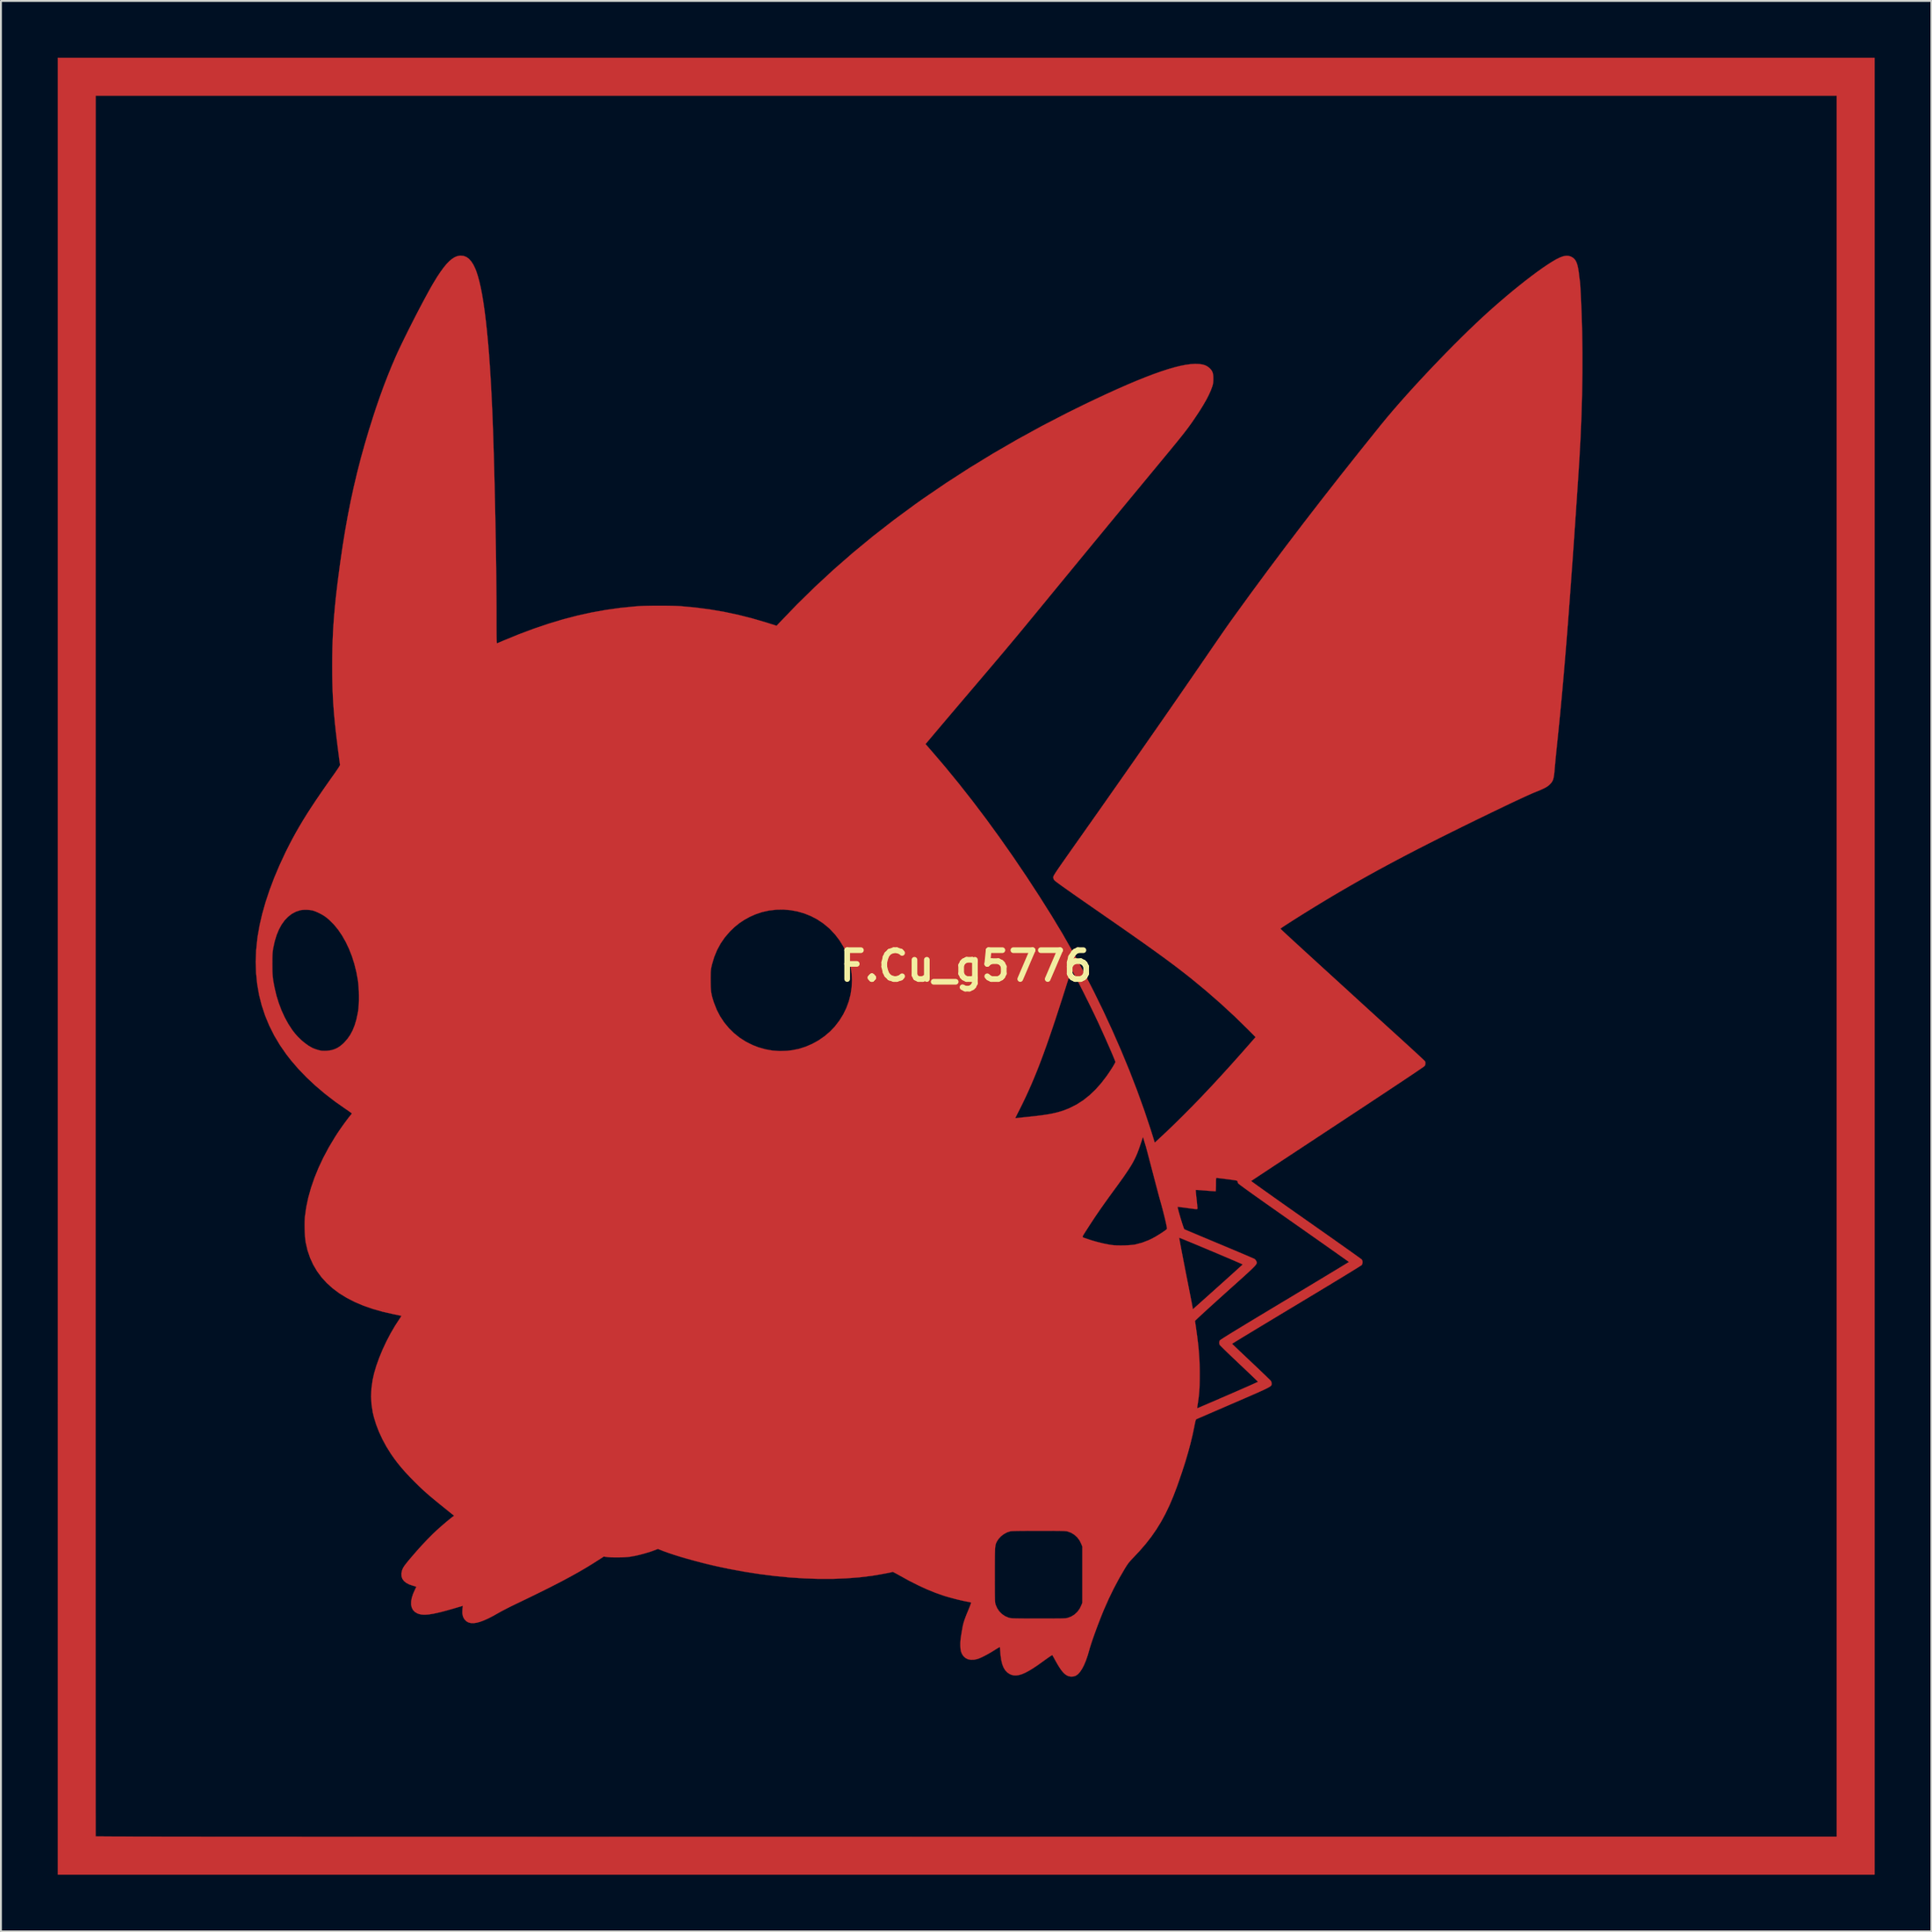
<source format=kicad_pcb>
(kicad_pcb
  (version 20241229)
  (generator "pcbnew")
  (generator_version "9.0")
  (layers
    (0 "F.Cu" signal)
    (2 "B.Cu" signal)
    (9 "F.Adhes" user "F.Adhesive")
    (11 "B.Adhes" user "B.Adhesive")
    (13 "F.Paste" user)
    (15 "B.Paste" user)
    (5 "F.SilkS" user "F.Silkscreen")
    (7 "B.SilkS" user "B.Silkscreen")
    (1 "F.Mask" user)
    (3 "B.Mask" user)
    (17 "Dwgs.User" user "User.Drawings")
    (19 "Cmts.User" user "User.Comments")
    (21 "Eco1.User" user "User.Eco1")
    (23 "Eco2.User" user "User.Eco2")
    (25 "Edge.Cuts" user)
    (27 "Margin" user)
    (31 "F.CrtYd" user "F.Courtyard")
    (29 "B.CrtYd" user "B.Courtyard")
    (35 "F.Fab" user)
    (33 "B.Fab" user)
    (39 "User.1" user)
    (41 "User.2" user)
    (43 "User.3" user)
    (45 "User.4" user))
  (footprint "F.Cu_g5776"
    (layer "F.Cu")
    (at 47.99 47.99)
    (property "Reference" "F.Cu_g5776" (at 0 0 0) (layer "F.SilkS") (effects (font (size 1.524 1.524) (thickness 0.3))))
    (attr through_hole)
    (fp_poly (pts (xy 48.006 48.006) (xy -47.985 48.006) (xy -47.985 21.952) (xy -45.991 21.952) (xy -45.991 23.095) (xy -45.991 24.218) (xy -45.991 25.321) (xy -45.991 26.401) (xy -45.991 27.46) (xy -45.991 28.495) (xy -45.991 29.508) (xy -45.991 30.496) (xy -45.991 31.46) (xy -45.991 32.399) (xy -45.991 33.311) (xy -45.991 34.198) (xy -45.991 35.057) (xy -45.99 35.889) (xy -45.99 36.692) (xy -45.99 37.467) (xy -45.99 38.212) (xy -45.99 38.927) (xy -45.99 39.611) (xy -45.99 40.264) (xy -45.989 40.886) (xy -45.989 41.474) (xy -45.989 42.03) (xy -45.989 42.552) (xy -45.989 43.039) (xy -45.988 43.492) (xy -45.988 43.909) (xy -45.988 44.289) (xy -45.988 44.633) (xy -45.987 44.94) (xy -45.987 45.209) (xy -45.987 45.439) (xy -45.987 45.63) (xy -45.986 45.781) (xy -45.986 45.892) (xy -45.986 45.961) (xy -45.985 45.989) (xy -45.985 45.99) (xy -45.978 45.991) (xy -45.956 45.992) (xy -45.919 45.993) (xy -45.866 45.994) (xy -45.797 45.995) (xy -45.712 45.996) (xy -45.611 45.996) (xy -45.492 45.997) (xy -45.355 45.998) (xy -45.2 45.999) (xy -45.026 46) (xy -44.833 46) (xy -44.621 46.001) (xy -44.389 46.002) (xy -44.136 46.002) (xy -43.862 46.003) (xy -43.567 46.004) (xy -43.251 46.004) (xy -42.912 46.005) (xy -42.55 46.005) (xy -42.165 46.006) (xy -41.756 46.006) (xy -41.324 46.007) (xy -40.867 46.007) (xy -40.385 46.008) (xy -39.877 46.008) (xy -39.344 46.009) (xy -38.785 46.009) (xy -38.198 46.009) (xy -37.585 46.01) (xy -36.943 46.01) (xy -36.274 46.01) (xy -35.576 46.01) (xy -34.849 46.011) (xy -34.093 46.011) (xy -33.306 46.011) (xy -32.49 46.011) (xy -31.642 46.012) (xy -30.763 46.012) (xy -29.853 46.012) (xy -28.91 46.012) (xy -27.935 46.012) (xy -26.926 46.012) (xy -25.884 46.012) (xy -24.808 46.012) (xy -23.698 46.012) (xy -22.553 46.013) (xy -21.372 46.013) (xy -20.156 46.013) (xy -18.903 46.013) (xy -17.614 46.012) (xy -16.287 46.012) (xy -14.923 46.012) (xy -13.521 46.012) (xy -12.081 46.012) (xy -10.601 46.012) (xy -9.082 46.012) (xy -7.523 46.012) (xy -5.924 46.012) (xy -4.284 46.012) (xy -2.603 46.011) (xy -0.881 46.011) (xy 0.015 46.011) (xy 46.006 46.006) (xy 46.006 -45.985) (xy -45.985 -45.985) (xy -45.99 -0.011) (xy -45.99 1.386) (xy -45.99 2.772) (xy -45.99 4.147) (xy -45.991 5.512) (xy -45.991 6.864) (xy -45.991 8.204) (xy -45.991 9.531) (xy -45.991 10.845) (xy -45.991 12.144) (xy -45.991 13.428) (xy -45.991 14.697) (xy -45.991 15.95) (xy -45.991 17.186) (xy -45.991 18.405) (xy -45.991 19.606) (xy -45.991 20.788) (xy -45.991 21.952) (xy -47.985 21.952) (xy -47.985 -47.985) (xy 48.006 -47.985) (xy 48.006 48.006)) (stroke (width 0.01) (type solid)) (fill yes) (layer "F.Cu"))
    (fp_poly (pts (xy -26.539 -37.516) (xy -26.397 -37.46) (xy -26.265 -37.366) (xy -26.144 -37.233) (xy -26.032 -37.06) (xy -25.929 -36.846) (xy -25.876 -36.715) (xy -25.794 -36.465) (xy -25.714 -36.174) (xy -25.638 -35.84) (xy -25.566 -35.465) (xy -25.497 -35.048) (xy -25.431 -34.588) (xy -25.369 -34.087) (xy -25.311 -33.545) (xy -25.256 -32.961) (xy -25.204 -32.335) (xy -25.157 -31.668) (xy -25.112 -30.959) (xy -25.072 -30.209) (xy -25.034 -29.418) (xy -25.009 -28.808) (xy -24.992 -28.343) (xy -24.975 -27.841) (xy -24.958 -27.307) (xy -24.942 -26.746) (xy -24.926 -26.161) (xy -24.911 -25.557) (xy -24.897 -24.94) (xy -24.883 -24.313) (xy -24.87 -23.682) (xy -24.858 -23.051) (xy -24.847 -22.424) (xy -24.837 -21.807) (xy -24.829 -21.204) (xy -24.821 -20.619) (xy -24.816 -20.058) (xy -24.811 -19.524) (xy -24.808 -19.023) (xy -24.807 -18.559) (xy -24.807 -18.503) (xy -24.807 -18.208) (xy -24.807 -17.953) (xy -24.806 -17.735) (xy -24.805 -17.552) (xy -24.803 -17.402) (xy -24.801 -17.282) (xy -24.798 -17.189) (xy -24.795 -17.122) (xy -24.791 -17.077) (xy -24.787 -17.052) (xy -24.781 -17.045) (xy -24.781 -17.045) (xy -24.753 -17.057) (xy -24.694 -17.082) (xy -24.61 -17.118) (xy -24.509 -17.161) (xy -24.448 -17.187) (xy -23.634 -17.521) (xy -22.839 -17.819) (xy -22.059 -18.083) (xy -21.292 -18.314) (xy -20.532 -18.512) (xy -19.778 -18.678) (xy -19.025 -18.814) (xy -18.27 -18.919) (xy -17.51 -18.995) (xy -17.304 -19.011) (xy -17.161 -19.019) (xy -16.985 -19.026) (xy -16.782 -19.03) (xy -16.559 -19.034) (xy -16.326 -19.035) (xy -16.088 -19.035) (xy -15.854 -19.034) (xy -15.63 -19.031) (xy -15.426 -19.026) (xy -15.247 -19.02) (xy -15.102 -19.012) (xy -15.081 -19.011) (xy -14.305 -18.94) (xy -13.548 -18.842) (xy -12.802 -18.715) (xy -12.06 -18.559) (xy -11.314 -18.371) (xy -10.554 -18.149) (xy -10.3 -18.068) (xy -10.006 -17.974) (xy -9.845 -18.146) (xy -8.935 -19.093) (xy -7.987 -20.022) (xy -7.003 -20.933) (xy -5.981 -21.825) (xy -4.924 -22.697) (xy -3.831 -23.548) (xy -2.703 -24.379) (xy -2.242 -24.706) (xy -1.055 -25.515) (xy 0.166 -26.304) (xy 1.419 -27.07) (xy 2.7 -27.812) (xy 4.007 -28.529) (xy 5.337 -29.217) (xy 6.212 -29.649) (xy 6.841 -29.95) (xy 7.434 -30.227) (xy 7.994 -30.481) (xy 8.521 -30.713) (xy 9.015 -30.921) (xy 9.477 -31.107) (xy 9.907 -31.271) (xy 10.307 -31.413) (xy 10.676 -31.533) (xy 11.016 -31.631) (xy 11.327 -31.708) (xy 11.61 -31.764) (xy 11.865 -31.799) (xy 12.093 -31.813) (xy 12.133 -31.813) (xy 12.337 -31.805) (xy 12.508 -31.779) (xy 12.652 -31.733) (xy 12.777 -31.664) (xy 12.884 -31.576) (xy 12.96 -31.492) (xy 13.013 -31.404) (xy 13.047 -31.305) (xy 13.065 -31.183) (xy 13.069 -31.03) (xy 13.067 -30.911) (xy 13.06 -30.82) (xy 13.047 -30.74) (xy 13.024 -30.656) (xy 13.009 -30.607) (xy 12.931 -30.399) (xy 12.829 -30.172) (xy 12.701 -29.923) (xy 12.545 -29.652) (xy 12.362 -29.355) (xy 12.167 -29.058) (xy 12.079 -28.927) (xy 11.995 -28.805) (xy 11.914 -28.688) (xy 11.832 -28.573) (xy 11.748 -28.458) (xy 11.66 -28.34) (xy 11.563 -28.214) (xy 11.458 -28.079) (xy 11.34 -27.931) (xy 11.207 -27.766) (xy 11.058 -27.583) (xy 10.89 -27.378) (xy 10.701 -27.148) (xy 10.487 -26.89) (xy 10.393 -26.776) (xy 9.454 -25.641) (xy 8.535 -24.53) (xy 7.628 -23.431) (xy 6.726 -22.337) (xy 5.822 -21.238) (xy 4.907 -20.125) (xy 4.424 -19.537) (xy 4.145 -19.196) (xy 3.888 -18.884) (xy 3.653 -18.597) (xy 3.434 -18.332) (xy 3.231 -18.085) (xy 3.04 -17.854) (xy 2.859 -17.635) (xy 2.684 -17.424) (xy 2.513 -17.219) (xy 2.343 -17.016) (xy 2.172 -16.812) (xy 1.997 -16.603) (xy 1.815 -16.387) (xy 1.623 -16.16) (xy 1.418 -15.918) (xy 1.199 -15.66) (xy 0.961 -15.38) (xy 0.703 -15.076) (xy 0.421 -14.745) (xy 0.275 -14.573) (xy 0.075 -14.338) (xy -0.129 -14.098) (xy -0.334 -13.857) (xy -0.536 -13.619) (xy -0.732 -13.389) (xy -0.919 -13.168) (xy -1.093 -12.963) (xy -1.251 -12.776) (xy -1.391 -12.611) (xy -1.508 -12.473) (xy -1.562 -12.408) (xy -2.138 -11.725) (xy -1.847 -11.392) (xy -1.121 -10.544) (xy -0.394 -9.657) (xy 0.333 -8.733) (xy 1.058 -7.775) (xy 1.778 -6.785) (xy 2.492 -5.767) (xy 3.198 -4.723) (xy 3.894 -3.656) (xy 4.53 -2.646) (xy 5.105 -1.692) (xy 5.666 -0.709) (xy 6.211 0.297) (xy 6.739 1.322) (xy 7.247 2.36) (xy 7.732 3.408) (xy 8.193 4.46) (xy 8.628 5.512) (xy 9.033 6.559) (xy 9.408 7.596) (xy 9.75 8.618) (xy 9.907 9.119) (xy 9.973 9.337) (xy 10.083 9.236) (xy 10.545 8.806) (xy 11.011 8.359) (xy 11.483 7.894) (xy 11.964 7.409) (xy 12.454 6.902) (xy 12.958 6.369) (xy 13.475 5.809) (xy 14.01 5.22) (xy 14.563 4.6) (xy 15.025 4.075) (xy 15.302 3.757) (xy 14.906 3.359) (xy 14.192 2.661) (xy 13.447 1.974) (xy 12.682 1.307) (xy 11.917 0.675) (xy 11.71 0.511) (xy 11.498 0.345) (xy 11.278 0.175) (xy 11.049 0.000429) (xy 10.807 -0.181) (xy 10.552 -0.37) (xy 10.28 -0.569) (xy 9.989 -0.779) (xy 9.678 -1.002) (xy 9.344 -1.24) (xy 8.985 -1.493) (xy 8.599 -1.764) (xy 8.183 -2.055) (xy 7.736 -2.366) (xy 7.408 -2.593) (xy 7.035 -2.852) (xy 6.695 -3.088) (xy 6.387 -3.302) (xy 6.109 -3.495) (xy 5.861 -3.668) (xy 5.641 -3.822) (xy 5.448 -3.958) (xy 5.28 -4.077) (xy 5.136 -4.179) (xy 5.014 -4.266) (xy 4.913 -4.34) (xy 4.832 -4.4) (xy 4.769 -4.447) (xy 4.724 -4.484) (xy 4.693 -4.51) (xy 4.683 -4.52) (xy 4.637 -4.577) (xy 4.618 -4.633) (xy 4.614 -4.686) (xy 4.615 -4.702) (xy 4.618 -4.72) (xy 4.625 -4.742) (xy 4.638 -4.769) (xy 4.657 -4.805) (xy 4.684 -4.85) (xy 4.72 -4.908) (xy 4.766 -4.979) (xy 4.825 -5.067) (xy 4.897 -5.173) (xy 4.984 -5.298) (xy 5.087 -5.446) (xy 5.208 -5.618) (xy 5.347 -5.817) (xy 5.506 -6.043) (xy 5.687 -6.3) (xy 5.891 -6.589) (xy 5.919 -6.628) (xy 6.554 -7.529) (xy 7.182 -8.42) (xy 7.8 -9.301) (xy 8.408 -10.168) (xy 9.003 -11.019) (xy 9.584 -11.853) (xy 10.15 -12.665) (xy 10.698 -13.454) (xy 11.227 -14.218) (xy 11.735 -14.954) (xy 12.221 -15.66) (xy 12.478 -16.034) (xy 12.682 -16.332) (xy 12.864 -16.597) (xy 13.027 -16.834) (xy 13.171 -17.044) (xy 13.299 -17.229) (xy 13.412 -17.394) (xy 13.513 -17.54) (xy 13.604 -17.671) (xy 13.686 -17.789) (xy 13.761 -17.897) (xy 13.832 -17.997) (xy 13.899 -18.093) (xy 13.966 -18.187) (xy 14.034 -18.282) (xy 14.105 -18.38) (xy 14.18 -18.485) (xy 14.213 -18.531) (xy 15.078 -19.722) (xy 15.966 -20.925) (xy 16.88 -22.144) (xy 17.82 -23.38) (xy 18.789 -24.634) (xy 19.787 -25.909) (xy 20.816 -27.206) (xy 21.877 -28.528) (xy 21.958 -28.628) (xy 22.252 -28.985) (xy 22.575 -29.366) (xy 22.923 -29.766) (xy 23.292 -30.181) (xy 23.678 -30.608) (xy 24.078 -31.041) (xy 24.487 -31.478) (xy 24.903 -31.914) (xy 25.32 -32.345) (xy 25.736 -32.768) (xy 26.147 -33.178) (xy 26.548 -33.571) (xy 26.936 -33.943) (xy 27.308 -34.291) (xy 27.506 -34.472) (xy 27.853 -34.783) (xy 28.201 -35.087) (xy 28.547 -35.383) (xy 28.889 -35.669) (xy 29.225 -35.941) (xy 29.551 -36.199) (xy 29.864 -36.44) (xy 30.162 -36.662) (xy 30.443 -36.863) (xy 30.703 -37.04) (xy 30.939 -37.192) (xy 31.15 -37.317) (xy 31.208 -37.349) (xy 31.394 -37.439) (xy 31.557 -37.498) (xy 31.702 -37.525) (xy 31.831 -37.521) (xy 31.95 -37.488) (xy 31.972 -37.478) (xy 32.066 -37.424) (xy 32.145 -37.356) (xy 32.211 -37.269) (xy 32.265 -37.159) (xy 32.31 -37.022) (xy 32.347 -36.853) (xy 32.379 -36.649) (xy 32.395 -36.513) (xy 32.408 -36.401) (xy 32.42 -36.304) (xy 32.43 -36.23) (xy 32.437 -36.185) (xy 32.439 -36.178) (xy 32.442 -36.151) (xy 32.447 -36.086) (xy 32.454 -35.991) (xy 32.461 -35.87) (xy 32.47 -35.73) (xy 32.478 -35.575) (xy 32.48 -35.543) (xy 32.525 -34.515) (xy 32.556 -33.474) (xy 32.57 -32.416) (xy 32.569 -31.337) (xy 32.552 -30.234) (xy 32.52 -29.103) (xy 32.472 -27.941) (xy 32.408 -26.744) (xy 32.384 -26.363) (xy 32.374 -26.197) (xy 32.36 -25.993) (xy 32.345 -25.755) (xy 32.327 -25.487) (xy 32.307 -25.192) (xy 32.286 -24.875) (xy 32.263 -24.539) (xy 32.239 -24.189) (xy 32.215 -23.829) (xy 32.19 -23.463) (xy 32.164 -23.094) (xy 32.139 -22.727) (xy 32.114 -22.365) (xy 32.089 -22.013) (xy 32.066 -21.675) (xy 32.043 -21.354) (xy 32.024 -21.093) (xy 31.958 -20.171) (xy 31.893 -19.29) (xy 31.83 -18.445) (xy 31.767 -17.635) (xy 31.704 -16.856) (xy 31.642 -16.106) (xy 31.581 -15.382) (xy 31.519 -14.682) (xy 31.457 -14.003) (xy 31.395 -13.342) (xy 31.331 -12.697) (xy 31.267 -12.064) (xy 31.221 -11.62) (xy 31.2 -11.42) (xy 31.179 -11.214) (xy 31.159 -11.012) (xy 31.141 -10.82) (xy 31.125 -10.648) (xy 31.112 -10.504) (xy 31.105 -10.422) (xy 31.089 -10.235) (xy 31.071 -10.084) (xy 31.051 -9.963) (xy 31.027 -9.866) (xy 30.995 -9.786) (xy 30.955 -9.717) (xy 30.905 -9.654) (xy 30.854 -9.6) (xy 30.797 -9.547) (xy 30.737 -9.5) (xy 30.668 -9.454) (xy 30.585 -9.407) (xy 30.484 -9.358) (xy 30.358 -9.301) (xy 30.202 -9.236) (xy 30.033 -9.168) (xy 29.944 -9.131) (xy 29.822 -9.077) (xy 29.672 -9.01) (xy 29.499 -8.931) (xy 29.307 -8.843) (xy 29.101 -8.747) (xy 28.888 -8.647) (xy 28.67 -8.544) (xy 28.54 -8.481) (xy 27.773 -8.113) (xy 27.043 -7.759) (xy 26.348 -7.419) (xy 25.684 -7.091) (xy 25.05 -6.775) (xy 24.443 -6.468) (xy 23.861 -6.171) (xy 23.301 -5.881) (xy 22.761 -5.597) (xy 22.239 -5.318) (xy 21.733 -5.044) (xy 21.239 -4.771) (xy 20.756 -4.5) (xy 20.281 -4.229) (xy 19.812 -3.957) (xy 19.347 -3.683) (xy 19.078 -3.522) (xy 18.876 -3.4) (xy 18.666 -3.273) (xy 18.451 -3.142) (xy 18.235 -3.009) (xy 18.02 -2.876) (xy 17.81 -2.745) (xy 17.607 -2.618) (xy 17.415 -2.497) (xy 17.237 -2.384) (xy 17.075 -2.28) (xy 16.932 -2.188) (xy 16.813 -2.11) (xy 16.719 -2.047) (xy 16.653 -2.001) (xy 16.62 -1.974) (xy 16.616 -1.969) (xy 16.631 -1.953) (xy 16.675 -1.91) (xy 16.745 -1.843) (xy 16.839 -1.755) (xy 16.954 -1.648) (xy 17.088 -1.524) (xy 17.238 -1.386) (xy 17.401 -1.236) (xy 17.576 -1.076) (xy 17.69 -0.971) (xy 18.252 -0.457) (xy 18.784 0.03) (xy 19.29 0.491) (xy 19.769 0.929) (xy 20.225 1.345) (xy 20.658 1.741) (xy 21.071 2.118) (xy 21.466 2.478) (xy 21.844 2.823) (xy 22.208 3.154) (xy 22.558 3.472) (xy 22.855 3.742) (xy 23.06 3.929) (xy 23.257 4.109) (xy 23.443 4.279) (xy 23.616 4.437) (xy 23.773 4.582) (xy 23.911 4.71) (xy 24.03 4.82) (xy 24.126 4.91) (xy 24.198 4.978) (xy 24.242 5.021) (xy 24.257 5.037) (xy 24.276 5.111) (xy 24.271 5.197) (xy 24.243 5.275) (xy 24.241 5.278) (xy 24.22 5.296) (xy 24.165 5.337) (xy 24.076 5.399) (xy 23.953 5.483) (xy 23.796 5.59) (xy 23.605 5.719) (xy 23.379 5.87) (xy 23.12 6.043) (xy 22.825 6.239) (xy 22.496 6.457) (xy 22.133 6.699) (xy 21.734 6.962) (xy 21.301 7.249) (xy 20.832 7.558) (xy 20.328 7.89) (xy 19.789 8.246) (xy 19.644 8.341) (xy 19.245 8.604) (xy 18.855 8.861) (xy 18.476 9.111) (xy 18.109 9.353) (xy 17.755 9.586) (xy 17.417 9.809) (xy 17.095 10.021) (xy 16.791 10.221) (xy 16.507 10.409) (xy 16.244 10.582) (xy 16.004 10.741) (xy 15.788 10.884) (xy 15.597 11.01) (xy 15.433 11.118) (xy 15.297 11.208) (xy 15.192 11.278) (xy 15.118 11.327) (xy 15.077 11.355) (xy 15.068 11.361) (xy 15.084 11.374) (xy 15.132 11.411) (xy 15.211 11.47) (xy 15.32 11.548) (xy 15.456 11.647) (xy 15.618 11.763) (xy 15.804 11.895) (xy 16.012 12.043) (xy 16.241 12.206) (xy 16.489 12.381) (xy 16.753 12.568) (xy 17.032 12.765) (xy 17.325 12.971) (xy 17.63 13.185) (xy 17.944 13.406) (xy 17.964 13.42) (xy 18.28 13.641) (xy 18.586 13.857) (xy 18.882 14.065) (xy 19.165 14.264) (xy 19.433 14.453) (xy 19.685 14.632) (xy 19.919 14.797) (xy 20.133 14.949) (xy 20.325 15.085) (xy 20.493 15.205) (xy 20.636 15.307) (xy 20.751 15.39) (xy 20.837 15.453) (xy 20.893 15.494) (xy 20.915 15.513) (xy 20.915 15.513) (xy 20.949 15.587) (xy 20.955 15.674) (xy 20.933 15.76) (xy 20.905 15.805) (xy 20.881 15.822) (xy 20.824 15.859) (xy 20.733 15.917) (xy 20.611 15.993) (xy 20.46 16.086) (xy 20.282 16.196) (xy 20.078 16.321) (xy 19.85 16.46) (xy 19.599 16.612) (xy 19.328 16.777) (xy 19.038 16.952) (xy 18.732 17.138) (xy 18.41 17.332) (xy 18.074 17.534) (xy 17.727 17.743) (xy 17.455 17.907) (xy 17.106 18.116) (xy 16.768 18.32) (xy 16.441 18.517) (xy 16.128 18.706) (xy 15.829 18.886) (xy 15.548 19.055) (xy 15.286 19.214) (xy 15.044 19.36) (xy 14.824 19.494) (xy 14.629 19.612) (xy 14.459 19.716) (xy 14.317 19.802) (xy 14.204 19.872) (xy 14.123 19.922) (xy 14.074 19.953) (xy 14.06 19.963) (xy 14.076 19.98) (xy 14.12 20.023) (xy 14.19 20.09) (xy 14.283 20.179) (xy 14.396 20.287) (xy 14.528 20.412) (xy 14.675 20.551) (xy 14.834 20.702) (xy 15.004 20.862) (xy 15.071 20.925) (xy 15.245 21.089) (xy 15.411 21.247) (xy 15.565 21.394) (xy 15.706 21.528) (xy 15.831 21.648) (xy 15.936 21.75) (xy 16.019 21.831) (xy 16.078 21.889) (xy 16.109 21.922) (xy 16.113 21.927) (xy 16.138 21.986) (xy 16.15 22.056) (xy 16.15 22.061) (xy 16.15 22.088) (xy 16.149 22.112) (xy 16.143 22.134) (xy 16.132 22.157) (xy 16.113 22.181) (xy 16.083 22.207) (xy 16.041 22.237) (xy 15.985 22.27) (xy 15.911 22.31) (xy 15.819 22.356) (xy 15.705 22.41) (xy 15.568 22.472) (xy 15.405 22.545) (xy 15.214 22.629) (xy 14.994 22.726) (xy 14.741 22.835) (xy 14.454 22.96) (xy 14.13 23.1) (xy 14.118 23.105) (xy 13.849 23.221) (xy 13.591 23.333) (xy 13.346 23.439) (xy 13.117 23.538) (xy 12.906 23.629) (xy 12.717 23.711) (xy 12.552 23.783) (xy 12.413 23.843) (xy 12.304 23.89) (xy 12.228 23.923) (xy 12.186 23.941) (xy 12.179 23.944) (xy 12.162 23.957) (xy 12.146 23.982) (xy 12.131 24.024) (xy 12.114 24.09) (xy 12.093 24.186) (xy 12.067 24.317) (xy 12.065 24.328) (xy 11.973 24.77) (xy 11.863 25.228) (xy 11.735 25.704) (xy 11.588 26.202) (xy 11.419 26.727) (xy 11.229 27.281) (xy 11.146 27.515) (xy 10.951 28.029) (xy 10.748 28.505) (xy 10.535 28.95) (xy 10.307 29.369) (xy 10.062 29.767) (xy 9.796 30.151) (xy 9.506 30.524) (xy 9.188 30.893) (xy 8.891 31.21) (xy 8.781 31.325) (xy 8.693 31.42) (xy 8.622 31.502) (xy 8.561 31.582) (xy 8.501 31.668) (xy 8.437 31.769) (xy 8.39 31.845) (xy 8.091 32.36) (xy 7.811 32.885) (xy 7.545 33.432) (xy 7.295 33.996) (xy 7.214 34.191) (xy 7.129 34.404) (xy 7.041 34.629) (xy 6.952 34.861) (xy 6.866 35.093) (xy 6.784 35.32) (xy 6.708 35.534) (xy 6.641 35.731) (xy 6.585 35.903) (xy 6.541 36.045) (xy 6.527 36.098) (xy 6.436 36.412) (xy 6.341 36.69) (xy 6.241 36.93) (xy 6.137 37.132) (xy 6.029 37.295) (xy 5.919 37.418) (xy 5.806 37.499) (xy 5.792 37.506) (xy 5.669 37.543) (xy 5.535 37.548) (xy 5.403 37.519) (xy 5.348 37.494) (xy 5.264 37.443) (xy 5.183 37.376) (xy 5.101 37.288) (xy 5.015 37.177) (xy 4.922 37.037) (xy 4.819 36.866) (xy 4.722 36.694) (xy 4.669 36.597) (xy 4.622 36.514) (xy 4.587 36.452) (xy 4.566 36.416) (xy 4.563 36.411) (xy 4.54 36.419) (xy 4.486 36.451) (xy 4.399 36.509) (xy 4.282 36.59) (xy 4.135 36.696) (xy 4.016 36.782) (xy 3.755 36.968) (xy 3.521 37.123) (xy 3.31 37.25) (xy 3.121 37.349) (xy 2.951 37.421) (xy 2.797 37.466) (xy 2.657 37.487) (xy 2.528 37.483) (xy 2.408 37.455) (xy 2.316 37.416) (xy 2.187 37.332) (xy 2.079 37.219) (xy 1.99 37.075) (xy 1.92 36.898) (xy 1.867 36.686) (xy 1.831 36.438) (xy 1.82 36.314) (xy 1.811 36.204) (xy 1.804 36.109) (xy 1.798 36.037) (xy 1.794 35.996) (xy 1.793 35.991) (xy 1.775 35.994) (xy 1.728 36.016) (xy 1.657 36.056) (xy 1.57 36.109) (xy 1.513 36.145) (xy 1.334 36.256) (xy 1.154 36.36) (xy 0.98 36.453) (xy 0.821 36.531) (xy 0.682 36.59) (xy 0.606 36.616) (xy 0.423 36.656) (xy 0.254 36.66) (xy 0.102 36.628) (xy -0.029 36.562) (xy -0.137 36.464) (xy -0.219 36.334) (xy -0.255 36.241) (xy -0.276 36.158) (xy -0.289 36.065) (xy -0.295 35.952) (xy -0.296 35.856) (xy -0.296 35.779) (xy -0.294 35.708) (xy -0.289 35.637) (xy -0.281 35.559) (xy -0.269 35.468) (xy -0.252 35.358) (xy -0.23 35.222) (xy -0.201 35.055) (xy -0.18 34.936) (xy -0.155 34.816) (xy -0.123 34.692) (xy -0.079 34.555) (xy -0.023 34.399) (xy 0.048 34.219) (xy 0.136 34.008) (xy 0.137 34.004) (xy 0.197 33.86) (xy 0.239 33.75) (xy 0.263 33.675) (xy 0.269 33.636) (xy 0.267 33.631) (xy 0.237 33.622) (xy 0.176 33.608) (xy 0.093 33.592) (xy 0.032 33.581) (xy -0.114 33.552) (xy -0.288 33.513) (xy -0.481 33.467) (xy -0.682 33.415) (xy -0.879 33.361) (xy -1.061 33.309) (xy -1.175 33.273) (xy -1.605 33.123) (xy -2.056 32.939) (xy -2.526 32.724) (xy -3.011 32.478) (xy -3.448 32.238) (xy -3.559 32.176) (xy 1.524 32.176) (xy 1.524 32.458) (xy 1.524 32.701) (xy 1.525 32.908) (xy 1.525 33.082) (xy 1.527 33.228) (xy 1.528 33.347) (xy 1.53 33.443) (xy 1.533 33.521) (xy 1.537 33.581) (xy 1.542 33.629) (xy 1.547 33.668) (xy 1.554 33.699) (xy 1.561 33.728) (xy 1.566 33.744) (xy 1.646 33.933) (xy 1.759 34.101) (xy 1.902 34.244) (xy 2.069 34.357) (xy 2.256 34.435) (xy 2.273 34.441) (xy 2.302 34.448) (xy 2.335 34.454) (xy 2.376 34.46) (xy 2.427 34.464) (xy 2.493 34.468) (xy 2.576 34.471) (xy 2.68 34.473) (xy 2.807 34.475) (xy 2.962 34.477) (xy 3.147 34.478) (xy 3.365 34.478) (xy 3.62 34.479) (xy 3.821 34.479) (xy 4.11 34.479) (xy 4.359 34.479) (xy 4.571 34.478) (xy 4.751 34.477) (xy 4.901 34.476) (xy 5.024 34.474) (xy 5.123 34.471) (xy 5.202 34.468) (xy 5.263 34.464) (xy 5.31 34.459) (xy 5.345 34.453) (xy 5.362 34.449) (xy 5.558 34.377) (xy 5.734 34.269) (xy 5.886 34.128) (xy 6.01 33.958) (xy 6.101 33.77) (xy 6.149 33.644) (xy 6.149 30.681) (xy 6.101 30.556) (xy 6.006 30.36) (xy 5.88 30.191) (xy 5.727 30.052) (xy 5.55 29.945) (xy 5.362 29.877) (xy 5.331 29.87) (xy 5.291 29.865) (xy 5.238 29.86) (xy 5.168 29.856) (xy 5.08 29.853) (xy 4.969 29.85) (xy 4.833 29.848) (xy 4.668 29.847) (xy 4.472 29.846) (xy 4.241 29.845) (xy 3.972 29.845) (xy 3.849 29.845) (xy 3.514 29.845) (xy 3.221 29.847) (xy 2.97 29.848) (xy 2.761 29.851) (xy 2.594 29.854) (xy 2.468 29.859) (xy 2.384 29.864) (xy 2.345 29.868) (xy 2.176 29.923) (xy 2.011 30.011) (xy 1.859 30.125) (xy 1.731 30.259) (xy 1.646 30.387) (xy 1.623 30.43) (xy 1.603 30.471) (xy 1.586 30.511) (xy 1.572 30.556) (xy 1.56 30.607) (xy 1.55 30.668) (xy 1.542 30.743) (xy 1.536 30.834) (xy 1.532 30.945) (xy 1.528 31.08) (xy 1.526 31.24) (xy 1.525 31.431) (xy 1.524 31.654) (xy 1.524 31.913) (xy 1.524 32.176) (xy -3.559 32.176) (xy -3.567 32.171) (xy -3.674 32.112) (xy -3.763 32.065) (xy -3.829 32.031) (xy -3.866 32.015) (xy -3.872 32.014) (xy -3.902 32.023) (xy -3.968 32.039) (xy -4.062 32.059) (xy -4.178 32.082) (xy -4.31 32.107) (xy -4.452 32.133) (xy -4.596 32.159) (xy -4.737 32.184) (xy -4.868 32.205) (xy -4.982 32.223) (xy -4.995 32.225) (xy -5.65 32.304) (xy -6.336 32.356) (xy -7.048 32.383) (xy -7.784 32.383) (xy -8.541 32.358) (xy -9.316 32.308) (xy -10.106 32.232) (xy -10.908 32.13) (xy -11.718 32.004) (xy -12.534 31.853) (xy -12.89 31.779) (xy -13.26 31.698) (xy -13.634 31.61) (xy -14.009 31.516) (xy -14.377 31.419) (xy -14.734 31.32) (xy -15.074 31.221) (xy -15.391 31.123) (xy -15.68 31.027) (xy -15.936 30.936) (xy -16.04 30.895) (xy -16.279 30.801) (xy -16.41 30.853) (xy -16.664 30.945) (xy -16.943 31.031) (xy -17.23 31.108) (xy -17.51 31.171) (xy -17.758 31.214) (xy -17.877 31.228) (xy -18.024 31.238) (xy -18.191 31.245) (xy -18.366 31.249) (xy -18.541 31.249) (xy -18.706 31.246) (xy -18.851 31.239) (xy -18.966 31.229) (xy -18.992 31.225) (xy -19.135 31.203) (xy -19.489 31.431) (xy -19.728 31.582) (xy -19.971 31.732) (xy -20.222 31.881) (xy -20.482 32.032) (xy -20.756 32.185) (xy -21.045 32.343) (xy -21.353 32.507) (xy -21.682 32.678) (xy -22.036 32.858) (xy -22.417 33.048) (xy -22.829 33.25) (xy -23.273 33.466) (xy -23.754 33.697) (xy -23.781 33.71) (xy -23.947 33.791) (xy -24.117 33.875) (xy -24.281 33.958) (xy -24.431 34.036) (xy -24.561 34.105) (xy -24.663 34.161) (xy -24.68 34.171) (xy -24.969 34.334) (xy -25.229 34.469) (xy -25.462 34.574) (xy -25.67 34.652) (xy -25.854 34.701) (xy -26.016 34.723) (xy -26.158 34.719) (xy -26.281 34.688) (xy -26.388 34.63) (xy -26.4 34.621) (xy -26.502 34.517) (xy -26.571 34.388) (xy -26.606 34.237) (xy -26.61 34.161) (xy -26.608 34.067) (xy -26.603 33.973) (xy -26.596 33.906) (xy -26.581 33.807) (xy -27.118 33.964) (xy -27.43 34.052) (xy -27.705 34.126) (xy -27.948 34.184) (xy -28.161 34.228) (xy -28.347 34.258) (xy -28.509 34.274) (xy -28.65 34.277) (xy -28.774 34.267) (xy -28.884 34.245) (xy -28.982 34.21) (xy -28.988 34.208) (xy -29.12 34.129) (xy -29.219 34.025) (xy -29.284 33.897) (xy -29.317 33.747) (xy -29.315 33.575) (xy -29.281 33.384) (xy -29.212 33.174) (xy -29.114 32.955) (xy -29.079 32.884) (xy -29.055 32.829) (xy -29.044 32.8) (xy -29.045 32.798) (xy -29.067 32.79) (xy -29.12 32.774) (xy -29.193 32.753) (xy -29.22 32.746) (xy -29.417 32.678) (xy -29.577 32.594) (xy -29.699 32.493) (xy -29.782 32.376) (xy -29.826 32.244) (xy -29.831 32.097) (xy -29.797 31.936) (xy -29.782 31.896) (xy -29.757 31.836) (xy -29.723 31.773) (xy -29.678 31.703) (xy -29.616 31.619) (xy -29.536 31.517) (xy -29.433 31.391) (xy -29.374 31.321) (xy -29.056 30.951) (xy -28.745 30.605) (xy -28.445 30.287) (xy -28.158 30) (xy -27.979 29.83) (xy -27.858 29.721) (xy -27.725 29.604) (xy -27.588 29.485) (xy -27.452 29.369) (xy -27.324 29.264) (xy -27.213 29.173) (xy -27.124 29.105) (xy -27.107 29.092) (xy -27.046 29.048) (xy -27.594 28.607) (xy -27.825 28.42) (xy -28.027 28.255) (xy -28.204 28.108) (xy -28.363 27.974) (xy -28.507 27.849) (xy -28.64 27.729) (xy -28.769 27.611) (xy -28.897 27.49) (xy -29.028 27.361) (xy -29.127 27.263) (xy -29.388 26.998) (xy -29.619 26.75) (xy -29.827 26.513) (xy -30.017 26.281) (xy -30.195 26.047) (xy -30.366 25.804) (xy -30.389 25.769) (xy -30.623 25.395) (xy -30.832 25.008) (xy -31.015 24.615) (xy -31.166 24.222) (xy -31.285 23.836) (xy -31.346 23.578) (xy -31.41 23.161) (xy -31.432 22.741) (xy -31.413 22.315) (xy -31.353 21.884) (xy -31.273 21.526) (xy -31.153 21.121) (xy -31.002 20.7) (xy -30.825 20.271) (xy -30.624 19.842) (xy -30.405 19.422) (xy -30.17 19.019) (xy -29.937 18.661) (xy -29.889 18.589) (xy -29.852 18.531) (xy -29.831 18.495) (xy -29.829 18.487) (xy -29.851 18.481) (xy -29.908 18.469) (xy -29.994 18.45) (xy -30.102 18.427) (xy -30.227 18.402) (xy -30.258 18.396) (xy -30.823 18.267) (xy -31.351 18.117) (xy -31.844 17.945) (xy -32.301 17.751) (xy -32.722 17.534) (xy -33.107 17.297) (xy -33.456 17.037) (xy -33.769 16.756) (xy -34.046 16.453) (xy -34.286 16.128) (xy -34.49 15.782) (xy -34.658 15.414) (xy -34.79 15.025) (xy -34.884 14.615) (xy -34.886 14.605) (xy -34.907 14.46) (xy -34.921 14.305) (xy 6.164 14.305) (xy 6.174 14.331) (xy 6.205 14.351) (xy 6.257 14.37) (xy 6.324 14.393) (xy 6.622 14.493) (xy 6.939 14.584) (xy 7.258 14.662) (xy 7.564 14.722) (xy 7.7 14.743) (xy 7.834 14.757) (xy 7.997 14.765) (xy 8.177 14.767) (xy 8.366 14.765) (xy 8.551 14.757) (xy 8.723 14.745) (xy 8.87 14.729) (xy 8.956 14.714) (xy 9.312 14.62) (xy 9.664 14.484) (xy 9.793 14.423) (xy 9.885 14.375) (xy 9.914 14.359) (xy 11.267 14.359) (xy 11.269 14.382) (xy 11.279 14.443) (xy 11.296 14.542) (xy 11.32 14.675) (xy 11.351 14.84) (xy 11.388 15.036) (xy 11.431 15.259) (xy 11.479 15.507) (xy 11.531 15.778) (xy 11.588 16.07) (xy 11.649 16.381) (xy 11.714 16.708) (xy 11.78 17.043) (xy 11.82 17.245) (xy 11.857 17.436) (xy 11.891 17.61) (xy 11.921 17.765) (xy 11.945 17.895) (xy 11.964 17.997) (xy 11.976 18.066) (xy 11.98 18.098) (xy 11.98 18.099) (xy 11.984 18.132) (xy 12.001 18.128) (xy 12.017 18.114) (xy 12.039 18.095) (xy 12.089 18.05) (xy 12.166 17.981) (xy 12.267 17.891) (xy 12.39 17.781) (xy 12.533 17.653) (xy 12.692 17.511) (xy 12.866 17.355) (xy 13.052 17.189) (xy 13.247 17.013) (xy 13.335 16.935) (xy 13.533 16.757) (xy 13.722 16.588) (xy 13.899 16.428) (xy 14.063 16.281) (xy 14.21 16.148) (xy 14.338 16.032) (xy 14.446 15.934) (xy 14.53 15.858) (xy 14.588 15.804) (xy 14.618 15.775) (xy 14.622 15.771) (xy 14.603 15.761) (xy 14.55 15.736) (xy 14.464 15.698) (xy 14.349 15.648) (xy 14.208 15.587) (xy 14.046 15.518) (xy 13.866 15.44) (xy 13.67 15.357) (xy 13.463 15.269) (xy 13.248 15.178) (xy 13.027 15.085) (xy 12.806 14.992) (xy 12.587 14.9) (xy 12.373 14.811) (xy 12.168 14.725) (xy 11.976 14.645) (xy 11.8 14.572) (xy 11.643 14.508) (xy 11.509 14.453) (xy 11.401 14.409) (xy 11.322 14.378) (xy 11.277 14.362) (xy 11.267 14.359) (xy 9.914 14.359) (xy 9.992 14.316) (xy 10.106 14.248) (xy 10.223 14.176) (xy 10.335 14.105) (xy 10.436 14.037) (xy 10.521 13.978) (xy 10.583 13.93) (xy 10.616 13.898) (xy 10.619 13.892) (xy 10.619 13.858) (xy 10.609 13.788) (xy 10.59 13.687) (xy 10.563 13.56) (xy 10.529 13.41) (xy 10.489 13.244) (xy 10.444 13.066) (xy 10.397 12.881) (xy 10.361 12.747) (xy 11.184 12.747) (xy 11.194 12.802) (xy 11.214 12.885) (xy 11.242 12.99) (xy 11.276 13.11) (xy 11.313 13.24) (xy 11.353 13.374) (xy 11.393 13.505) (xy 11.432 13.628) (xy 11.468 13.736) (xy 11.498 13.823) (xy 11.522 13.884) (xy 11.537 13.911) (xy 11.538 13.912) (xy 11.561 13.922) (xy 11.621 13.948) (xy 11.714 13.988) (xy 11.838 14.04) (xy 11.99 14.104) (xy 12.168 14.179) (xy 12.367 14.263) (xy 12.587 14.355) (xy 12.823 14.454) (xy 13.073 14.559) (xy 13.335 14.668) (xy 13.383 14.688) (xy 13.647 14.799) (xy 13.9 14.905) (xy 14.141 15.006) (xy 14.365 15.101) (xy 14.571 15.188) (xy 14.755 15.266) (xy 14.914 15.334) (xy 15.046 15.391) (xy 15.148 15.435) (xy 15.217 15.466) (xy 15.25 15.482) (xy 15.252 15.483) (xy 15.297 15.526) (xy 15.336 15.587) (xy 15.34 15.596) (xy 15.35 15.621) (xy 15.359 15.644) (xy 15.365 15.666) (xy 15.365 15.69) (xy 15.358 15.717) (xy 15.342 15.748) (xy 15.317 15.787) (xy 15.279 15.833) (xy 15.227 15.889) (xy 15.161 15.957) (xy 15.077 16.039) (xy 14.975 16.135) (xy 14.852 16.249) (xy 14.707 16.381) (xy 14.539 16.533) (xy 14.345 16.708) (xy 14.124 16.906) (xy 13.874 17.13) (xy 13.705 17.282) (xy 13.483 17.482) (xy 13.27 17.674) (xy 13.068 17.857) (xy 12.879 18.028) (xy 12.706 18.186) (xy 12.551 18.328) (xy 12.415 18.454) (xy 12.3 18.56) (xy 12.21 18.645) (xy 12.145 18.707) (xy 12.109 18.745) (xy 12.101 18.755) (xy 12.105 18.785) (xy 12.115 18.85) (xy 12.128 18.941) (xy 12.144 19.052) (xy 12.159 19.156) (xy 12.211 19.528) (xy 12.253 19.867) (xy 12.287 20.183) (xy 12.312 20.483) (xy 12.331 20.776) (xy 12.343 21.072) (xy 12.349 21.378) (xy 12.35 21.579) (xy 12.348 21.842) (xy 12.344 22.071) (xy 12.337 22.275) (xy 12.326 22.462) (xy 12.311 22.642) (xy 12.291 22.822) (xy 12.265 23.011) (xy 12.255 23.08) (xy 12.237 23.195) (xy 12.225 23.275) (xy 12.218 23.326) (xy 12.215 23.354) (xy 12.216 23.366) (xy 12.22 23.369) (xy 12.226 23.368) (xy 12.247 23.36) (xy 12.304 23.336) (xy 12.394 23.298) (xy 12.514 23.246) (xy 12.662 23.183) (xy 12.833 23.109) (xy 13.026 23.026) (xy 13.238 22.935) (xy 13.465 22.836) (xy 13.705 22.733) (xy 13.835 22.676) (xy 14.08 22.57) (xy 14.314 22.468) (xy 14.533 22.372) (xy 14.736 22.283) (xy 14.918 22.203) (xy 15.077 22.133) (xy 15.21 22.073) (xy 15.314 22.026) (xy 15.387 21.993) (xy 15.425 21.974) (xy 15.431 21.97) (xy 15.416 21.954) (xy 15.372 21.91) (xy 15.303 21.843) (xy 15.211 21.754) (xy 15.098 21.646) (xy 14.967 21.521) (xy 14.821 21.382) (xy 14.662 21.231) (xy 14.492 21.071) (xy 14.428 21.011) (xy 14.255 20.846) (xy 14.09 20.69) (xy 13.936 20.543) (xy 13.797 20.409) (xy 13.675 20.29) (xy 13.571 20.188) (xy 13.49 20.107) (xy 13.434 20.049) (xy 13.405 20.017) (xy 13.402 20.012) (xy 13.379 19.914) (xy 13.398 19.815) (xy 13.408 19.793) (xy 13.42 19.78) (xy 13.447 19.759) (xy 13.492 19.728) (xy 13.555 19.686) (xy 13.637 19.633) (xy 13.74 19.568) (xy 13.865 19.49) (xy 14.014 19.398) (xy 14.187 19.292) (xy 14.386 19.171) (xy 14.612 19.033) (xy 14.866 18.879) (xy 15.149 18.708) (xy 15.464 18.518) (xy 15.81 18.31) (xy 16.19 18.081) (xy 16.604 17.832) (xy 16.836 17.693) (xy 17.185 17.484) (xy 17.523 17.28) (xy 17.85 17.084) (xy 18.164 16.895) (xy 18.462 16.715) (xy 18.743 16.546) (xy 19.006 16.387) (xy 19.248 16.241) (xy 19.468 16.108) (xy 19.664 15.99) (xy 19.834 15.887) (xy 19.976 15.8) (xy 20.089 15.731) (xy 20.171 15.681) (xy 20.22 15.65) (xy 20.235 15.64) (xy 20.218 15.627) (xy 20.168 15.591) (xy 20.087 15.533) (xy 19.977 15.454) (xy 19.839 15.356) (xy 19.675 15.241) (xy 19.488 15.108) (xy 19.278 14.96) (xy 19.048 14.798) (xy 18.8 14.623) (xy 18.534 14.436) (xy 18.254 14.239) (xy 17.961 14.033) (xy 17.656 13.818) (xy 17.341 13.598) (xy 17.316 13.58) (xy 16.916 13.299) (xy 16.549 13.041) (xy 16.215 12.806) (xy 15.912 12.593) (xy 15.64 12.401) (xy 15.398 12.229) (xy 15.184 12.077) (xy 14.998 11.944) (xy 14.839 11.829) (xy 14.704 11.732) (xy 14.595 11.651) (xy 14.508 11.587) (xy 14.444 11.537) (xy 14.402 11.503) (xy 14.379 11.481) (xy 14.375 11.476) (xy 14.356 11.418) (xy 14.347 11.377) (xy 14.342 11.364) (xy 14.328 11.352) (xy 14.301 11.341) (xy 14.256 11.33) (xy 14.187 11.318) (xy 14.091 11.303) (xy 13.961 11.286) (xy 13.822 11.268) (xy 13.676 11.249) (xy 13.542 11.232) (xy 13.426 11.218) (xy 13.336 11.207) (xy 13.276 11.2) (xy 13.256 11.199) (xy 13.238 11.199) (xy 13.225 11.206) (xy 13.217 11.225) (xy 13.212 11.262) (xy 13.209 11.324) (xy 13.208 11.416) (xy 13.208 11.544) (xy 13.208 11.545) (xy 13.207 11.662) (xy 13.205 11.763) (xy 13.201 11.841) (xy 13.196 11.889) (xy 13.192 11.901) (xy 13.167 11.902) (xy 13.107 11.899) (xy 13.015 11.893) (xy 12.9 11.885) (xy 12.766 11.875) (xy 12.664 11.866) (xy 12.521 11.855) (xy 12.393 11.845) (xy 12.285 11.838) (xy 12.203 11.834) (xy 12.153 11.833) (xy 12.141 11.834) (xy 12.14 11.857) (xy 12.144 11.916) (xy 12.151 12.005) (xy 12.162 12.117) (xy 12.176 12.247) (xy 12.183 12.309) (xy 12.198 12.447) (xy 12.211 12.573) (xy 12.221 12.68) (xy 12.228 12.76) (xy 12.23 12.809) (xy 12.23 12.817) (xy 12.227 12.831) (xy 12.219 12.84) (xy 12.202 12.846) (xy 12.17 12.847) (xy 12.118 12.843) (xy 12.042 12.835) (xy 11.936 12.821) (xy 11.795 12.802) (xy 11.716 12.791) (xy 11.573 12.772) (xy 11.444 12.755) (xy 11.335 12.742) (xy 11.251 12.732) (xy 11.199 12.727) (xy 11.184 12.727) (xy 11.184 12.747) (xy 10.361 12.747) (xy 10.347 12.694) (xy 10.295 12.508) (xy 10.266 12.404) (xy 10.245 12.331) (xy 10.215 12.222) (xy 10.177 12.081) (xy 10.133 11.913) (xy 10.082 11.722) (xy 10.027 11.514) (xy 9.969 11.293) (xy 9.909 11.063) (xy 9.855 10.858) (xy 9.796 10.633) (xy 9.74 10.419) (xy 9.688 10.219) (xy 9.64 10.038) (xy 9.598 9.878) (xy 9.563 9.745) (xy 9.535 9.641) (xy 9.516 9.57) (xy 9.506 9.536) (xy 9.506 9.536) (xy 9.491 9.489) (xy 9.468 9.414) (xy 9.439 9.321) (xy 9.418 9.25) (xy 9.351 9.029) (xy 9.229 9.399) (xy 9.169 9.575) (xy 9.111 9.737) (xy 9.053 9.888) (xy 8.992 10.033) (xy 8.925 10.175) (xy 8.852 10.318) (xy 8.77 10.466) (xy 8.676 10.621) (xy 8.568 10.789) (xy 8.445 10.972) (xy 8.305 11.175) (xy 8.144 11.4) (xy 7.961 11.653) (xy 7.799 11.874) (xy 7.553 12.212) (xy 7.33 12.523) (xy 7.123 12.817) (xy 6.929 13.098) (xy 6.742 13.376) (xy 6.558 13.656) (xy 6.371 13.947) (xy 6.327 14.016) (xy 6.255 14.128) (xy 6.204 14.21) (xy 6.173 14.267) (xy 6.164 14.305) (xy -34.921 14.305) (xy -34.923 14.283) (xy -34.935 14.085) (xy -34.942 13.877) (xy -34.944 13.67) (xy -34.941 13.474) (xy -34.931 13.299) (xy -34.926 13.236) (xy -34.857 12.742) (xy -34.749 12.234) (xy -34.604 11.716) (xy -34.422 11.19) (xy -34.205 10.658) (xy -33.953 10.124) (xy -33.668 9.589) (xy -33.349 9.056) (xy -33.216 8.848) (xy -33.122 8.708) (xy -33.017 8.556) (xy -32.906 8.399) (xy -32.794 8.246) (xy -32.689 8.105) (xy -32.632 8.031) (xy 2.606 8.031) (xy 2.62 8.039) (xy 2.665 8.039) (xy 2.701 8.035) (xy 2.751 8.029) (xy 2.836 8.019) (xy 2.949 8.007) (xy 3.081 7.993) (xy 3.227 7.978) (xy 3.323 7.968) (xy 3.655 7.932) (xy 3.949 7.896) (xy 4.211 7.859) (xy 4.445 7.82) (xy 4.657 7.776) (xy 4.852 7.729) (xy 5.035 7.675) (xy 5.211 7.615) (xy 5.384 7.547) (xy 5.503 7.495) (xy 5.855 7.316) (xy 6.194 7.098) (xy 6.521 6.839) (xy 6.836 6.541) (xy 7.139 6.202) (xy 7.43 5.823) (xy 7.559 5.637) (xy 7.644 5.508) (xy 7.722 5.386) (xy 7.789 5.277) (xy 7.842 5.185) (xy 7.878 5.116) (xy 7.895 5.075) (xy 7.895 5.07) (xy 7.887 5.039) (xy 7.862 4.974) (xy 7.823 4.877) (xy 7.772 4.754) (xy 7.71 4.607) (xy 7.638 4.44) (xy 7.559 4.258) (xy 7.473 4.064) (xy 7.384 3.861) (xy 7.291 3.654) (xy 7.198 3.447) (xy 7.105 3.243) (xy 7.015 3.046) (xy 6.929 2.862) (xy 6.857 2.709) (xy 6.775 2.537) (xy 6.685 2.351) (xy 6.588 2.153) (xy 6.487 1.947) (xy 6.382 1.738) (xy 6.278 1.527) (xy 6.174 1.32) (xy 6.072 1.12) (xy 5.976 0.93) (xy 5.886 0.755) (xy 5.804 0.597) (xy 5.733 0.461) (xy 5.673 0.35) (xy 5.627 0.267) (xy 5.597 0.217) (xy 5.588 0.204) (xy 5.584 0.2) (xy 5.58 0.199) (xy 5.574 0.205) (xy 5.566 0.221) (xy 5.555 0.25) (xy 5.538 0.295) (xy 5.516 0.36) (xy 5.488 0.448) (xy 5.451 0.562) (xy 5.405 0.706) (xy 5.349 0.883) (xy 5.281 1.096) (xy 5.26 1.164) (xy 5.072 1.753) (xy 4.894 2.303) (xy 4.726 2.817) (xy 4.565 3.299) (xy 4.411 3.75) (xy 4.263 4.173) (xy 4.12 4.572) (xy 3.981 4.948) (xy 3.844 5.305) (xy 3.71 5.644) (xy 3.576 5.969) (xy 3.443 6.282) (xy 3.308 6.586) (xy 3.172 6.884) (xy 3.032 7.178) (xy 2.888 7.471) (xy 2.829 7.588) (xy 2.766 7.712) (xy 2.71 7.822) (xy 2.664 7.915) (xy 2.629 7.984) (xy 2.609 8.024) (xy 2.606 8.031) (xy -32.632 8.031) (xy -32.595 7.984) (xy -32.526 7.898) (xy -32.484 7.846) (xy -32.456 7.806) (xy -32.449 7.791) (xy -32.465 7.775) (xy -32.512 7.74) (xy -32.583 7.689) (xy -32.673 7.626) (xy -32.777 7.555) (xy -32.786 7.55) (xy -33.347 7.155) (xy -33.878 6.745) (xy -34.377 6.321) (xy -34.842 5.886) (xy -35.271 5.441) (xy -35.661 4.988) (xy -35.91 4.668) (xy -36.251 4.176) (xy -36.552 3.67) (xy -36.812 3.151) (xy -37.032 2.62) (xy -37.212 2.075) (xy -37.352 1.519) (xy -37.451 0.95) (xy -37.51 0.369) (xy -37.525 -0.116) (xy -36.65 -0.116) (xy -36.649 0.086) (xy -36.647 0.254) (xy -36.641 0.4) (xy -36.632 0.531) (xy -36.619 0.657) (xy -36.6 0.788) (xy -36.575 0.932) (xy -36.542 1.1) (xy -36.534 1.144) (xy -36.437 1.555) (xy -36.313 1.958) (xy -36.166 2.347) (xy -35.997 2.716) (xy -35.809 3.06) (xy -35.605 3.372) (xy -35.463 3.558) (xy -35.3 3.742) (xy -35.121 3.916) (xy -34.933 4.073) (xy -34.746 4.208) (xy -34.565 4.313) (xy -34.496 4.347) (xy -34.368 4.396) (xy -34.22 4.442) (xy -34.089 4.474) (xy -33.998 4.484) (xy -33.882 4.486) (xy -33.753 4.48) (xy -33.629 4.466) (xy -33.523 4.446) (xy -33.52 4.446) (xy -33.351 4.393) (xy -33.2 4.322) (xy -33.058 4.228) (xy -32.913 4.105) (xy -32.851 4.044) (xy -32.681 3.852) (xy -32.533 3.639) (xy -32.407 3.401) (xy -32.3 3.136) (xy -32.211 2.838) (xy -32.139 2.505) (xy -32.117 2.381) (xy -32.098 2.226) (xy -32.085 2.039) (xy -32.077 1.829) (xy -32.076 1.606) (xy -32.08 1.379) (xy -32.09 1.158) (xy -32.106 0.953) (xy -32.127 0.773) (xy -32.128 0.762) (xy -32.13 0.751) (xy -13.493 0.751) (xy -13.491 0.957) (xy -13.486 1.129) (xy -13.475 1.278) (xy -13.458 1.414) (xy -13.433 1.546) (xy -13.398 1.683) (xy -13.352 1.835) (xy -13.314 1.949) (xy -13.171 2.314) (xy -12.992 2.659) (xy -12.779 2.981) (xy -12.534 3.278) (xy -12.26 3.549) (xy -11.959 3.79) (xy -11.633 3.999) (xy -11.285 4.175) (xy -10.964 4.299) (xy -10.588 4.405) (xy -10.216 4.471) (xy -9.84 4.497) (xy -9.457 4.484) (xy -9.197 4.454) (xy -8.828 4.38) (xy -8.467 4.265) (xy -8.116 4.113) (xy -7.781 3.927) (xy -7.467 3.708) (xy -7.177 3.46) (xy -6.927 3.198) (xy -6.686 2.884) (xy -6.482 2.555) (xy -6.316 2.212) (xy -6.187 1.858) (xy -6.095 1.496) (xy -6.041 1.129) (xy -6.023 0.76) (xy -6.041 0.391) (xy -6.096 0.025) (xy -6.188 -0.335) (xy -6.315 -0.686) (xy -6.479 -1.026) (xy -6.678 -1.351) (xy -6.913 -1.659) (xy -7.183 -1.948) (xy -7.239 -2.001) (xy -7.536 -2.247) (xy -7.854 -2.459) (xy -8.19 -2.636) (xy -8.541 -2.777) (xy -8.904 -2.881) (xy -9.275 -2.95) (xy -9.65 -2.981) (xy -10.028 -2.974) (xy -10.404 -2.93) (xy -10.775 -2.847) (xy -11.137 -2.725) (xy -11.419 -2.599) (xy -11.71 -2.439) (xy -11.974 -2.264) (xy -12.221 -2.064) (xy -12.463 -1.833) (xy -12.488 -1.806) (xy -12.744 -1.508) (xy -12.966 -1.186) (xy -13.153 -0.84) (xy -13.305 -0.47) (xy -13.421 -0.078) (xy -13.445 0.026) (xy -13.461 0.102) (xy -13.472 0.172) (xy -13.481 0.246) (xy -13.487 0.33) (xy -13.49 0.433) (xy -13.492 0.561) (xy -13.492 0.723) (xy -13.493 0.751) (xy -32.13 0.751) (xy -32.209 0.321) (xy -32.315 -0.105) (xy -32.444 -0.514) (xy -32.597 -0.903) (xy -32.77 -1.268) (xy -32.963 -1.607) (xy -33.173 -1.917) (xy -33.4 -2.194) (xy -33.642 -2.436) (xy -33.817 -2.58) (xy -33.938 -2.663) (xy -34.08 -2.745) (xy -34.231 -2.82) (xy -34.378 -2.884) (xy -34.508 -2.928) (xy -34.533 -2.934) (xy -34.663 -2.957) (xy -34.812 -2.968) (xy -34.963 -2.968) (xy -35.101 -2.958) (xy -35.179 -2.944) (xy -35.41 -2.867) (xy -35.625 -2.752) (xy -35.823 -2.599) (xy -36.002 -2.411) (xy -36.162 -2.188) (xy -36.303 -1.93) (xy -36.423 -1.639) (xy -36.523 -1.317) (xy -36.6 -0.963) (xy -36.6 -0.963) (xy -36.616 -0.873) (xy -36.627 -0.791) (xy -36.636 -0.709) (xy -36.642 -0.62) (xy -36.646 -0.515) (xy -36.649 -0.387) (xy -36.65 -0.23) (xy -36.65 -0.116) (xy -37.525 -0.116) (xy -37.528 -0.224) (xy -37.506 -0.828) (xy -37.442 -1.443) (xy -37.423 -1.582) (xy -37.32 -2.162) (xy -37.181 -2.761) (xy -37.006 -3.377) (xy -36.796 -4.009) (xy -36.552 -4.656) (xy -36.274 -5.315) (xy -35.962 -5.985) (xy -35.897 -6.117) (xy -35.738 -6.432) (xy -35.575 -6.743) (xy -35.404 -7.053) (xy -35.225 -7.366) (xy -35.035 -7.685) (xy -34.831 -8.014) (xy -34.611 -8.356) (xy -34.373 -8.716) (xy -34.115 -9.096) (xy -33.835 -9.501) (xy -33.53 -9.934) (xy -33.461 -10.031) (xy -33.341 -10.2) (xy -33.246 -10.338) (xy -33.173 -10.446) (xy -33.121 -10.529) (xy -33.088 -10.586) (xy -33.074 -10.622) (xy -33.073 -10.634) (xy -33.078 -10.665) (xy -33.087 -10.733) (xy -33.101 -10.832) (xy -33.118 -10.958) (xy -33.137 -11.106) (xy -33.158 -11.27) (xy -33.178 -11.419) (xy -33.237 -11.894) (xy -33.289 -12.334) (xy -33.334 -12.745) (xy -33.372 -13.132) (xy -33.404 -13.503) (xy -33.43 -13.863) (xy -33.45 -14.219) (xy -33.466 -14.576) (xy -33.476 -14.942) (xy -33.483 -15.321) (xy -33.485 -15.721) (xy -33.486 -15.85) (xy -33.483 -16.342) (xy -33.475 -16.812) (xy -33.46 -17.269) (xy -33.439 -17.719) (xy -33.411 -18.17) (xy -33.375 -18.629) (xy -33.331 -19.103) (xy -33.279 -19.601) (xy -33.217 -20.129) (xy -33.187 -20.373) (xy -33.069 -21.269) (xy -32.944 -22.129) (xy -32.811 -22.958) (xy -32.668 -23.761) (xy -32.514 -24.543) (xy -32.348 -25.309) (xy -32.169 -26.066) (xy -31.976 -26.818) (xy -31.767 -27.57) (xy -31.542 -28.329) (xy -31.299 -29.098) (xy -31.168 -29.496) (xy -30.977 -30.052) (xy -30.774 -30.611) (xy -30.562 -31.161) (xy -30.347 -31.692) (xy -30.137 -32.183) (xy -30.038 -32.402) (xy -29.922 -32.65) (xy -29.792 -32.922) (xy -29.65 -33.213) (xy -29.5 -33.517) (xy -29.342 -33.831) (xy -29.181 -34.149) (xy -29.018 -34.465) (xy -28.857 -34.775) (xy -28.699 -35.073) (xy -28.548 -35.355) (xy -28.406 -35.616) (xy -28.276 -35.849) (xy -28.16 -36.052) (xy -28.125 -36.11) (xy -27.941 -36.411) (xy -27.767 -36.672) (xy -27.604 -36.896) (xy -27.45 -37.084) (xy -27.302 -37.237) (xy -27.161 -37.357) (xy -27.023 -37.445) (xy -26.889 -37.502) (xy -26.756 -37.53) (xy -26.692 -37.533) (xy -26.539 -37.516)) (stroke (width 0.01) (type solid)) (fill yes) (layer "F.Cu")))
  (gr_rect
    (start -3 -3)
    (end 99.001 99.001)
    (stroke (width 0.1) (type default))
    (fill no)
    (layer "Edge.Cuts")))
</source>
